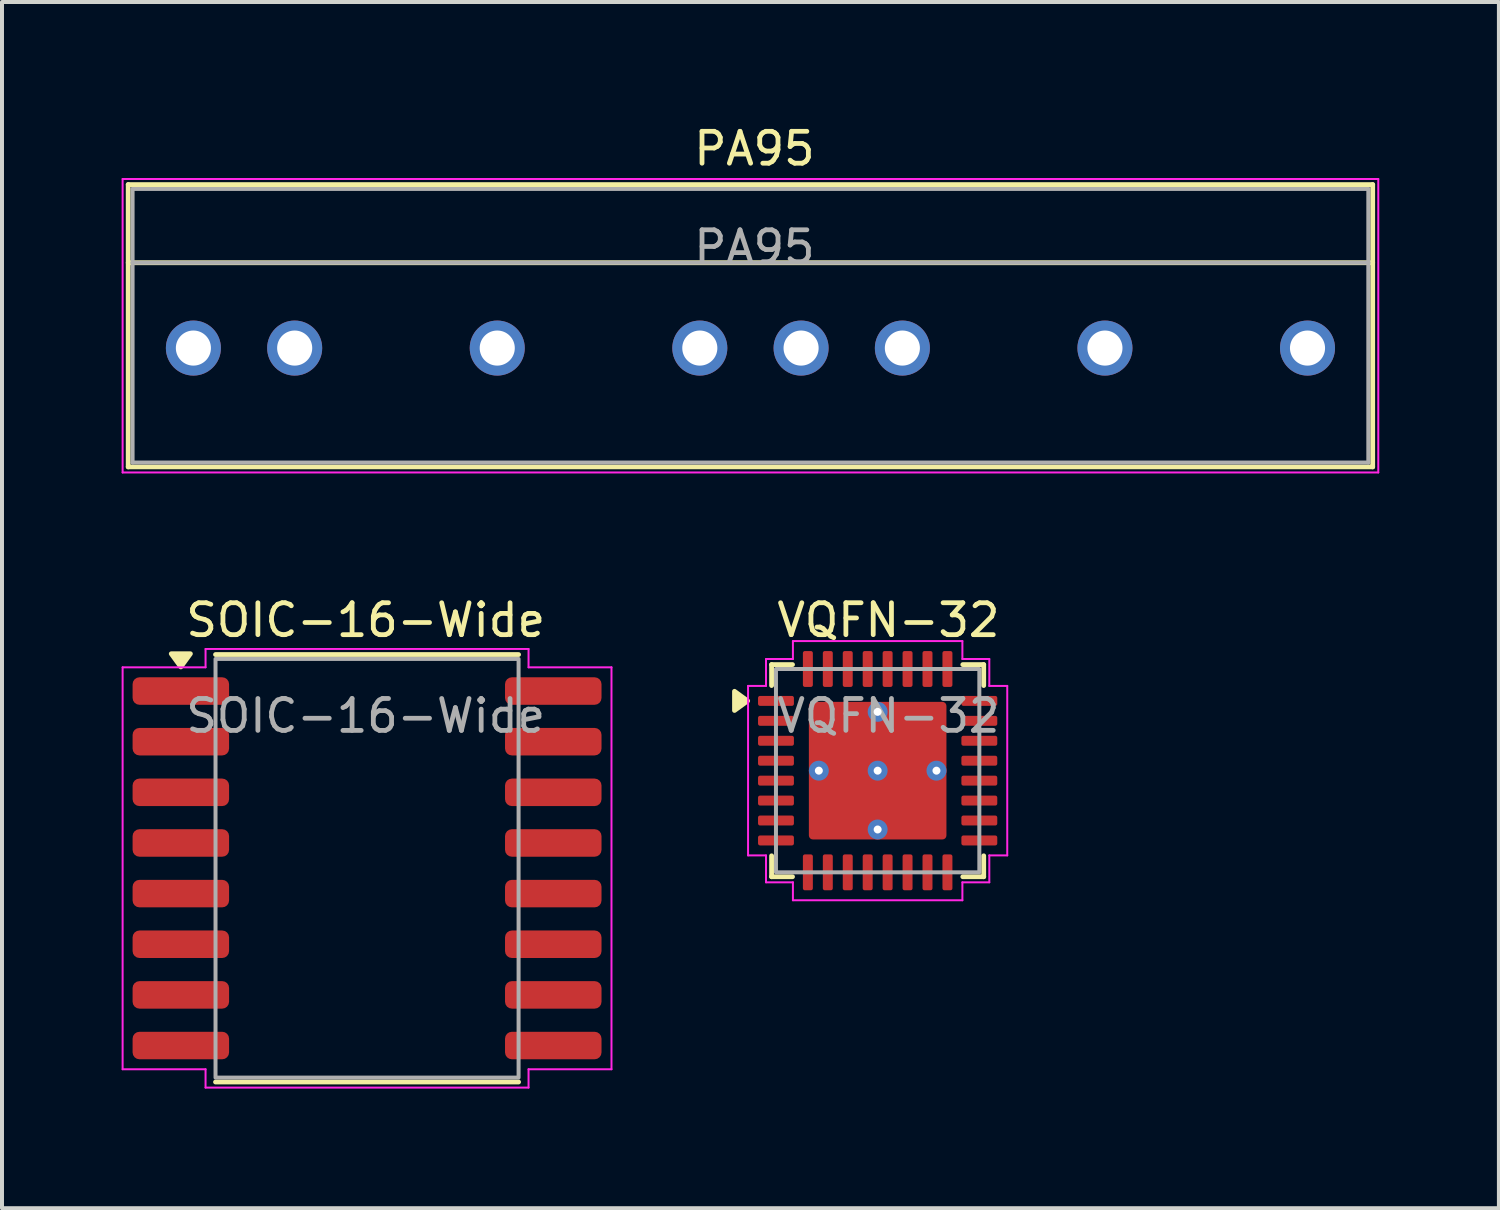
<source format=kicad_pcb>
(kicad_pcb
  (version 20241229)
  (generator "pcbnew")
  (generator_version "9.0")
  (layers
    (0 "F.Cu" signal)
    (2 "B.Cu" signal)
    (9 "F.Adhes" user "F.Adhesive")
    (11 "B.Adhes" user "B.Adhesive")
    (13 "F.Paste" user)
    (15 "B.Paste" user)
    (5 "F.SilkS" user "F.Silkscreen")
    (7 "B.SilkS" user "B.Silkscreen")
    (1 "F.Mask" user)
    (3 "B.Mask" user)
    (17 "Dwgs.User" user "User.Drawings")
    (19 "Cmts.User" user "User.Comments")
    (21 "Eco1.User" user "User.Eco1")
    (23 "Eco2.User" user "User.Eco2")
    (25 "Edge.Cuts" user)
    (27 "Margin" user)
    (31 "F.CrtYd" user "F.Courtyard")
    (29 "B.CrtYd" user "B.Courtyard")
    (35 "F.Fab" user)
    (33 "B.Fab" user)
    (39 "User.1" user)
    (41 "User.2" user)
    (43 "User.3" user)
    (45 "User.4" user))
  (footprint "SOIC-16-Wide"
    (layer "F.Cu")
    (at 6.155 18.725)
    (property "Reference" "SOIC-16-Wide" (at -0.033 -6.223 0) (unlocked yes) (layer "F.SilkS") (effects (font (size 0.8 0.8) (thickness 0.12))))
    (attr smd)
    (fp_line (start -3.8 -5.36) (end 3.8 -5.36) (stroke (width 0.12) (type default)) (layer "F.SilkS"))
    (fp_line (start -3.8 5.36) (end 3.8 5.36) (stroke (width 0.12) (type default)) (layer "F.SilkS"))
    (fp_poly (pts (xy -4.67 -5.05) (xy -4.43 -5.38) (xy -4.91 -5.38)) (stroke (width 0.12) (type solid)) (fill yes) (layer "F.SilkS"))
    (fp_line (start -6.13 -5.04) (end -6.13 5.04) (stroke (width 0.05) (type default)) (layer "F.CrtYd"))
    (fp_line (start -6.13 -5.04) (end -4.05 -5.04) (stroke (width 0.05) (type default)) (layer "F.CrtYd"))
    (fp_line (start -4.05 -5.04) (end -4.05 -5.5) (stroke (width 0.05) (type default)) (layer "F.CrtYd"))
    (fp_line (start -4.05 5.04) (end -6.13 5.04) (stroke (width 0.05) (type default)) (layer "F.CrtYd"))
    (fp_line (start -4.05 5.5) (end -4.05 5.04) (stroke (width 0.05) (type default)) (layer "F.CrtYd"))
    (fp_line (start -4.05 5.5) (end 4.05 5.5) (stroke (width 0.05) (type default)) (layer "F.CrtYd"))
    (fp_line (start 4.05 -5.5) (end -4.05 -5.5) (stroke (width 0.05) (type default)) (layer "F.CrtYd"))
    (fp_line (start 4.05 -5.5) (end 4.05 -5.04) (stroke (width 0.05) (type default)) (layer "F.CrtYd"))
    (fp_line (start 4.05 -5.04) (end 6.13 -5.04) (stroke (width 0.05) (type default)) (layer "F.CrtYd"))
    (fp_line (start 4.05 5.04) (end 4.05 5.5) (stroke (width 0.05) (type default)) (layer "F.CrtYd"))
    (fp_line (start 6.13 -5.04) (end 6.13 5.04) (stroke (width 0.05) (type default)) (layer "F.CrtYd"))
    (fp_line (start 6.13 5.04) (end 4.05 5.04) (stroke (width 0.05) (type default)) (layer "F.CrtYd"))
    (fp_rect (start -3.8 -5.25) (end 3.8 5.25) (stroke (width 0.1) (type default)) (fill no) (layer "F.Fab"))
    (fp_text user "${REFERENCE}" (at -0.033 -3.822 0) (unlocked yes) (layer "F.Fab") (effects (font (size 0.8 0.8) (thickness 0.12))))
    (pad "1" smd roundrect (at -4.67 -4.445) (size 2.42 0.69) (layers "F.Cu" "F.Mask" "F.Paste") (roundrect_rratio 0.25))
    (pad "2" smd roundrect (at -4.67 -3.175) (size 2.42 0.69) (layers "F.Cu" "F.Mask" "F.Paste") (roundrect_rratio 0.25))
    (pad "3" smd roundrect (at -4.67 -1.905) (size 2.42 0.69) (layers "F.Cu" "F.Mask" "F.Paste") (roundrect_rratio 0.25))
    (pad "4" smd roundrect (at -4.67 -0.635) (size 2.42 0.69) (layers "F.Cu" "F.Mask" "F.Paste") (roundrect_rratio 0.25))
    (pad "5" smd roundrect (at -4.67 0.635) (size 2.42 0.69) (layers "F.Cu" "F.Mask" "F.Paste") (roundrect_rratio 0.25))
    (pad "6" smd roundrect (at -4.67 1.905) (size 2.42 0.69) (layers "F.Cu" "F.Mask" "F.Paste") (roundrect_rratio 0.25))
    (pad "7" smd roundrect (at -4.67 3.175) (size 2.42 0.69) (layers "F.Cu" "F.Mask" "F.Paste") (roundrect_rratio 0.25))
    (pad "8" smd roundrect (at -4.67 4.445) (size 2.42 0.69) (layers "F.Cu" "F.Mask" "F.Paste") (roundrect_rratio 0.25))
    (pad "9" smd roundrect (at 4.67 4.445) (size 2.42 0.69) (layers "F.Cu" "F.Mask" "F.Paste") (roundrect_rratio 0.25))
    (pad "10" smd roundrect (at 4.67 3.175) (size 2.42 0.69) (layers "F.Cu" "F.Mask" "F.Paste") (roundrect_rratio 0.25))
    (pad "11" smd roundrect (at 4.67 1.905) (size 2.42 0.69) (layers "F.Cu" "F.Mask" "F.Paste") (roundrect_rratio 0.25))
    (pad "12" smd roundrect (at 4.67 0.635) (size 2.42 0.69) (layers "F.Cu" "F.Mask" "F.Paste") (roundrect_rratio 0.25))
    (pad "13" smd roundrect (at 4.67 -0.635) (size 2.42 0.69) (layers "F.Cu" "F.Mask" "F.Paste") (roundrect_rratio 0.25))
    (pad "14" smd roundrect (at 4.67 -1.905) (size 2.42 0.69) (layers "F.Cu" "F.Mask" "F.Paste") (roundrect_rratio 0.25))
    (pad "15" smd roundrect (at 4.67 -3.175) (size 2.42 0.69) (layers "F.Cu" "F.Mask" "F.Paste") (roundrect_rratio 0.25))
    (pad "16" smd roundrect (at 4.67 -4.445) (size 2.42 0.69) (layers "F.Cu" "F.Mask" "F.Paste") (roundrect_rratio 0.25)))
  (footprint "VQFN-32"
    (layer "F.Cu")
    (at 18.96 16.277)
    (property "Reference" "VQFN-32" (at 0.27 -3.775 0) (unlocked yes) (layer "F.SilkS") (effects (font (size 0.8 0.8) (thickness 0.12))))
    (attr smd)
    (fp_line (start -2.66 -2.66) (end -2.66 -2.135) (stroke (width 0.12) (type default)) (layer "F.SilkS"))
    (fp_line (start -2.66 -2.66) (end -2.135 -2.66) (stroke (width 0.12) (type default)) (layer "F.SilkS"))
    (fp_line (start -2.66 2.66) (end -2.66 2.135) (stroke (width 0.12) (type default)) (layer "F.SilkS"))
    (fp_line (start -2.135 2.66) (end -2.66 2.66) (stroke (width 0.12) (type default)) (layer "F.SilkS"))
    (fp_line (start 2.66 -2.66) (end 2.135 -2.66) (stroke (width 0.12) (type default)) (layer "F.SilkS"))
    (fp_line (start 2.66 -2.66) (end 2.66 -2.135) (stroke (width 0.12) (type default)) (layer "F.SilkS"))
    (fp_line (start 2.66 2.135) (end 2.66 2.66) (stroke (width 0.12) (type default)) (layer "F.SilkS"))
    (fp_line (start 2.66 2.66) (end 2.135 2.66) (stroke (width 0.12) (type default)) (layer "F.SilkS"))
    (fp_poly (pts (xy -3.26 -1.75) (xy -3.59 -1.99) (xy -3.59 -1.51)) (stroke (width 0.12) (type solid)) (fill yes) (layer "F.SilkS"))
    (fp_poly (pts (arc (start -1.49 -1.59) (mid -1.560711 -1.560711) (end -1.59 -1.49)) (arc (start -1.59 -0.2) (mid -1.560711 -0.129289) (end -1.49 -0.1)) (arc (start -0.2 -0.1) (mid -0.129289 -0.129289) (end -0.1 -0.2)) (arc (start -0.1 -1.49) (mid -0.129289 -1.560711) (end -0.2 -1.59))) (stroke (width 0) (type solid)) (fill yes) (layer "F.Paste"))
    (fp_poly (pts (arc (start -1.49 0.1) (mid -1.560711 0.129289) (end -1.59 0.2)) (arc (start -1.59 1.49) (mid -1.560711 1.560711) (end -1.49 1.59)) (arc (start -0.2 1.59) (mid -0.129289 1.560711) (end -0.1 1.49)) (arc (start -0.1 0.2) (mid -0.129289 0.129289) (end -0.2 0.1))) (stroke (width 0) (type solid)) (fill yes) (layer "F.Paste"))
    (fp_poly (pts (arc (start 0.2 -1.59) (mid 0.129289 -1.560711) (end 0.1 -1.49)) (arc (start 0.1 -0.2) (mid 0.129289 -0.129289) (end 0.2 -0.1)) (arc (start 1.49 -0.1) (mid 1.560711 -0.129289) (end 1.59 -0.2)) (arc (start 1.59 -1.49) (mid 1.560711 -1.560711) (end 1.49 -1.59))) (stroke (width 0) (type solid)) (fill yes) (layer "F.Paste"))
    (fp_poly (pts (arc (start 0.2 0.1) (mid 0.129289 0.129289) (end 0.1 0.2)) (arc (start 0.1 1.49) (mid 0.129289 1.560711) (end 0.2 1.59)) (arc (start 1.49 1.59) (mid 1.560711 1.560711) (end 1.59 1.49)) (arc (start 1.59 0.2) (mid 1.560711 0.129289) (end 1.49 0.1))) (stroke (width 0) (type solid)) (fill yes) (layer "F.Paste"))
    (fp_line (start -3.25 -2.125) (end -3.25 2.125) (stroke (width 0.05) (type default)) (layer "F.CrtYd"))
    (fp_line (start -2.8 -2.8) (end -2.8 -2.125) (stroke (width 0.05) (type default)) (layer "F.CrtYd"))
    (fp_line (start -2.8 -2.125) (end -3.25 -2.125) (stroke (width 0.05) (type default)) (layer "F.CrtYd"))
    (fp_line (start -2.8 2.125) (end -3.25 2.125) (stroke (width 0.05) (type default)) (layer "F.CrtYd"))
    (fp_line (start -2.8 2.8) (end -2.8 2.125) (stroke (width 0.05) (type default)) (layer "F.CrtYd"))
    (fp_line (start -2.8 2.8) (end -2.125 2.8) (stroke (width 0.05) (type default)) (layer "F.CrtYd"))
    (fp_line (start -2.125 -3.25) (end 2.125 -3.25) (stroke (width 0.05) (type default)) (layer "F.CrtYd"))
    (fp_line (start -2.125 -2.8) (end -2.8 -2.8) (stroke (width 0.05) (type default)) (layer "F.CrtYd"))
    (fp_line (start -2.125 -2.8) (end -2.125 -3.25) (stroke (width 0.05) (type default)) (layer "F.CrtYd"))
    (fp_line (start -2.125 2.8) (end -2.125 3.25) (stroke (width 0.05) (type default)) (layer "F.CrtYd"))
    (fp_line (start 2.125 -2.8) (end 2.125 -3.25) (stroke (width 0.05) (type default)) (layer "F.CrtYd"))
    (fp_line (start 2.125 2.8) (end 2.125 3.25) (stroke (width 0.05) (type default)) (layer "F.CrtYd"))
    (fp_line (start 2.125 3.25) (end -2.125 3.25) (stroke (width 0.05) (type default)) (layer "F.CrtYd"))
    (fp_line (start 2.8 -2.8) (end 2.125 -2.8) (stroke (width 0.05) (type default)) (layer "F.CrtYd"))
    (fp_line (start 2.8 -2.8) (end 2.8 -2.125) (stroke (width 0.05) (type default)) (layer "F.CrtYd"))
    (fp_line (start 2.8 -2.125) (end 3.25 -2.125) (stroke (width 0.05) (type default)) (layer "F.CrtYd"))
    (fp_line (start 2.8 2.125) (end 3.25 2.125) (stroke (width 0.05) (type default)) (layer "F.CrtYd"))
    (fp_line (start 2.8 2.8) (end 2.125 2.8) (stroke (width 0.05) (type default)) (layer "F.CrtYd"))
    (fp_line (start 2.8 2.8) (end 2.8 2.125) (stroke (width 0.05) (type default)) (layer "F.CrtYd"))
    (fp_line (start 3.25 2.125) (end 3.25 -2.125) (stroke (width 0.05) (type default)) (layer "F.CrtYd"))
    (fp_rect (start -2.55 -2.55) (end 2.55 2.55) (stroke (width 0.1) (type default)) (fill no) (layer "F.Fab"))
    (fp_text user "${REFERENCE}" (at 0.27 -1.375 0) (unlocked yes) (layer "F.Fab") (effects (font (size 0.8 0.8) (thickness 0.12))))
    (pad "1" smd roundrect (at -2.55 -1.75) (size 0.9 0.25) (layers "F.Cu" "F.Mask" "F.Paste") (roundrect_rratio 0.2))
    (pad "2" smd roundrect (at -2.55 -1.25) (size 0.9 0.25) (layers "F.Cu" "F.Mask" "F.Paste") (roundrect_rratio 0.2))
    (pad "3" smd roundrect (at -2.55 -0.75) (size 0.9 0.25) (layers "F.Cu" "F.Mask" "F.Paste") (roundrect_rratio 0.2))
    (pad "4" smd roundrect (at -2.55 -0.25) (size 0.9 0.25) (layers "F.Cu" "F.Mask" "F.Paste") (roundrect_rratio 0.2))
    (pad "5" smd roundrect (at -2.55 0.25) (size 0.9 0.25) (layers "F.Cu" "F.Mask" "F.Paste") (roundrect_rratio 0.2))
    (pad "6" smd roundrect (at -2.55 0.75) (size 0.9 0.25) (layers "F.Cu" "F.Mask" "F.Paste") (roundrect_rratio 0.2))
    (pad "7" smd roundrect (at -2.55 1.25) (size 0.9 0.25) (layers "F.Cu" "F.Mask" "F.Paste") (roundrect_rratio 0.2))
    (pad "8" smd roundrect (at -2.55 1.75) (size 0.9 0.25) (layers "F.Cu" "F.Mask" "F.Paste") (roundrect_rratio 0.2))
    (pad "9" smd roundrect (at -1.75 2.55 90) (size 0.9 0.25) (layers "F.Cu" "F.Mask" "F.Paste") (roundrect_rratio 0.2))
    (pad "10" smd roundrect (at -1.25 2.55 90) (size 0.9 0.25) (layers "F.Cu" "F.Mask" "F.Paste") (roundrect_rratio 0.2))
    (pad "11" smd roundrect (at -0.75 2.55 90) (size 0.9 0.25) (layers "F.Cu" "F.Mask" "F.Paste") (roundrect_rratio 0.2))
    (pad "12" smd roundrect (at -0.25 2.55 90) (size 0.9 0.25) (layers "F.Cu" "F.Mask" "F.Paste") (roundrect_rratio 0.2))
    (pad "13" smd roundrect (at 0.25 2.55 90) (size 0.9 0.25) (layers "F.Cu" "F.Mask" "F.Paste") (roundrect_rratio 0.2))
    (pad "14" smd roundrect (at 0.75 2.55 90) (size 0.9 0.25) (layers "F.Cu" "F.Mask" "F.Paste") (roundrect_rratio 0.2))
    (pad "15" smd roundrect (at 1.25 2.55 90) (size 0.9 0.25) (layers "F.Cu" "F.Mask" "F.Paste") (roundrect_rratio 0.2))
    (pad "16" smd roundrect (at 1.75 2.55 90) (size 0.9 0.25) (layers "F.Cu" "F.Mask" "F.Paste") (roundrect_rratio 0.2))
    (pad "17" smd roundrect (at 2.55 1.75) (size 0.9 0.25) (layers "F.Cu" "F.Mask" "F.Paste") (roundrect_rratio 0.2))
    (pad "18" smd roundrect (at 2.55 1.25) (size 0.9 0.25) (layers "F.Cu" "F.Mask" "F.Paste") (roundrect_rratio 0.2))
    (pad "19" smd roundrect (at 2.55 0.75) (size 0.9 0.25) (layers "F.Cu" "F.Mask" "F.Paste") (roundrect_rratio 0.2))
    (pad "20" smd roundrect (at 2.55 0.25) (size 0.9 0.25) (layers "F.Cu" "F.Mask" "F.Paste") (roundrect_rratio 0.2))
    (pad "21" smd roundrect (at 2.55 -0.25) (size 0.9 0.25) (layers "F.Cu" "F.Mask" "F.Paste") (roundrect_rratio 0.2))
    (pad "22" smd roundrect (at 2.55 -0.75) (size 0.9 0.25) (layers "F.Cu" "F.Mask" "F.Paste") (roundrect_rratio 0.2))
    (pad "23" smd roundrect (at 2.55 -1.25) (size 0.9 0.25) (layers "F.Cu" "F.Mask" "F.Paste") (roundrect_rratio 0.2))
    (pad "24" smd roundrect (at 2.55 -1.75) (size 0.9 0.25) (layers "F.Cu" "F.Mask" "F.Paste") (roundrect_rratio 0.2))
    (pad "25" smd roundrect (at 1.75 -2.55 90) (size 0.9 0.25) (layers "F.Cu" "F.Mask" "F.Paste") (roundrect_rratio 0.2))
    (pad "26" smd roundrect (at 1.25 -2.55 90) (size 0.9 0.25) (layers "F.Cu" "F.Mask" "F.Paste") (roundrect_rratio 0.2))
    (pad "27" smd roundrect (at 0.75 -2.55 90) (size 0.9 0.25) (layers "F.Cu" "F.Mask" "F.Paste") (roundrect_rratio 0.2))
    (pad "28" smd roundrect (at 0.25 -2.55 90) (size 0.9 0.25) (layers "F.Cu" "F.Mask" "F.Paste") (roundrect_rratio 0.2))
    (pad "29" smd roundrect (at -0.25 -2.55 90) (size 0.9 0.25) (layers "F.Cu" "F.Mask" "F.Paste") (roundrect_rratio 0.2))
    (pad "30" smd roundrect (at -0.75 -2.55 90) (size 0.9 0.25) (layers "F.Cu" "F.Mask" "F.Paste") (roundrect_rratio 0.2))
    (pad "31" smd roundrect (at -1.25 -2.55 90) (size 0.9 0.25) (layers "F.Cu" "F.Mask" "F.Paste") (roundrect_rratio 0.2))
    (pad "32" smd roundrect (at -1.75 -2.55 90) (size 0.9 0.25) (layers "F.Cu" "F.Mask" "F.Paste") (roundrect_rratio 0.2))
    (pad "33" thru_hole circle (at -1.475 0) (size 0.5 0.5) (drill 0.2) (layers "*.Cu" "*.Mask"))
    (pad "33" thru_hole circle (at 0 -1.475) (size 0.5 0.5) (drill 0.2) (layers "*.Cu" "*.Mask"))
    (pad "33" thru_hole circle (at 0 0) (size 0.5 0.5) (drill 0.2) (layers "*.Cu" "*.Mask"))
    (pad "33" smd roundrect (at 0 0) (size 3.45 3.45) (layers "F.Cu" "F.Mask") (roundrect_rratio 0.029))
    (pad "33" thru_hole circle (at 0 1.475) (size 0.5 0.5) (drill 0.2) (layers "*.Cu" "*.Mask"))
    (pad "33" thru_hole circle (at 1.475 0) (size 0.5 0.5) (drill 0.2) (layers "*.Cu" "*.Mask")))
  (footprint "PA95"
    (layer "F.Cu")
    (at 15.77 5.679)
    (property "Reference" "PA95" (at 0.1 -5 0) (unlocked yes) (layer "F.SilkS") (effects (font (size 0.8 0.8) (thickness 0.12))))
    (attr through_hole)
    (fp_line (start -15.605 -4.1) (end -15.605 2.98) (stroke (width 0.12) (type default)) (layer "F.SilkS"))
    (fp_line (start -15.605 2.98) (end 15.605 2.98) (stroke (width 0.12) (type default)) (layer "F.SilkS"))
    (fp_line (start 15.605 -4.1) (end -15.605 -4.1) (stroke (width 0.12) (type default)) (layer "F.SilkS"))
    (fp_line (start 15.605 -4.1) (end 15.605 2.98) (stroke (width 0.12) (type default)) (layer "F.SilkS"))
    (fp_line (start 15.605 -2.14) (end -15.605 -2.14) (stroke (width 0.12) (type default)) (layer "F.SilkS"))
    (fp_line (start -15.745 -4.24) (end -15.745 3.12) (stroke (width 0.05) (type default)) (layer "F.CrtYd"))
    (fp_line (start -15.745 3.12) (end 15.745 3.12) (stroke (width 0.05) (type default)) (layer "F.CrtYd"))
    (fp_line (start 15.745 -4.24) (end -15.745 -4.24) (stroke (width 0.05) (type default)) (layer "F.CrtYd"))
    (fp_line (start 15.745 -4.24) (end 15.745 3.12) (stroke (width 0.05) (type default)) (layer "F.CrtYd"))
    (fp_line (start -15.495 -3.99) (end -15.495 -2.14) (stroke (width 0.1) (type default)) (layer "F.Fab"))
    (fp_line (start -15.495 2.87) (end -15.495 -2.14) (stroke (width 0.1) (type default)) (layer "F.Fab"))
    (fp_line (start -15.495 2.87) (end 15.495 2.87) (stroke (width 0.1) (type default)) (layer "F.Fab"))
    (fp_line (start 15.495 -3.99) (end -15.495 -3.99) (stroke (width 0.1) (type default)) (layer "F.Fab"))
    (fp_line (start 15.495 -3.99) (end 15.495 -2.14) (stroke (width 0.1) (type default)) (layer "F.Fab"))
    (fp_line (start 15.495 -2.14) (end -15.495 -2.14) (stroke (width 0.1) (type default)) (layer "F.Fab"))
    (fp_line (start 15.495 2.87) (end 15.495 -2.14) (stroke (width 0.1) (type default)) (layer "F.Fab"))
    (fp_text user "${REFERENCE}" (at 0.1 -2.53 0) (unlocked yes) (layer "F.Fab") (effects (font (size 0.8 0.8) (thickness 0.12))))
    (pad "1" thru_hole circle (at -13.97 0) (size 1.38 1.38) (drill 0.88) (layers "*.Cu" "*.Mask"))
    (pad "2" thru_hole circle (at -11.43 0) (size 1.38 1.38) (drill 0.88) (layers "*.Cu" "*.Mask"))
    (pad "4" thru_hole circle (at -6.35 0) (size 1.38 1.38) (drill 0.88) (layers "*.Cu" "*.Mask"))
    (pad "6" thru_hole circle (at -1.27 0) (size 1.38 1.38) (drill 0.88) (layers "*.Cu" "*.Mask"))
    (pad "7" thru_hole circle (at 1.27 0) (size 1.38 1.38) (drill 0.88) (layers "*.Cu" "*.Mask"))
    (pad "8" thru_hole circle (at 3.81 0) (size 1.38 1.38) (drill 0.88) (layers "*.Cu" "*.Mask"))
    (pad "10" thru_hole circle (at 8.89 0) (size 1.38 1.38) (drill 0.88) (layers "*.Cu" "*.Mask"))
    (pad "12" thru_hole circle (at 13.97 0) (size 1.38 1.38) (drill 0.88) (layers "*.Cu" "*.Mask")))
  (gr_rect
    (start -3 -3)
    (end 34.54 27.25)
    (stroke (width 0.1) (type default))
    (fill no)
    (layer "Edge.Cuts")))
</source>
